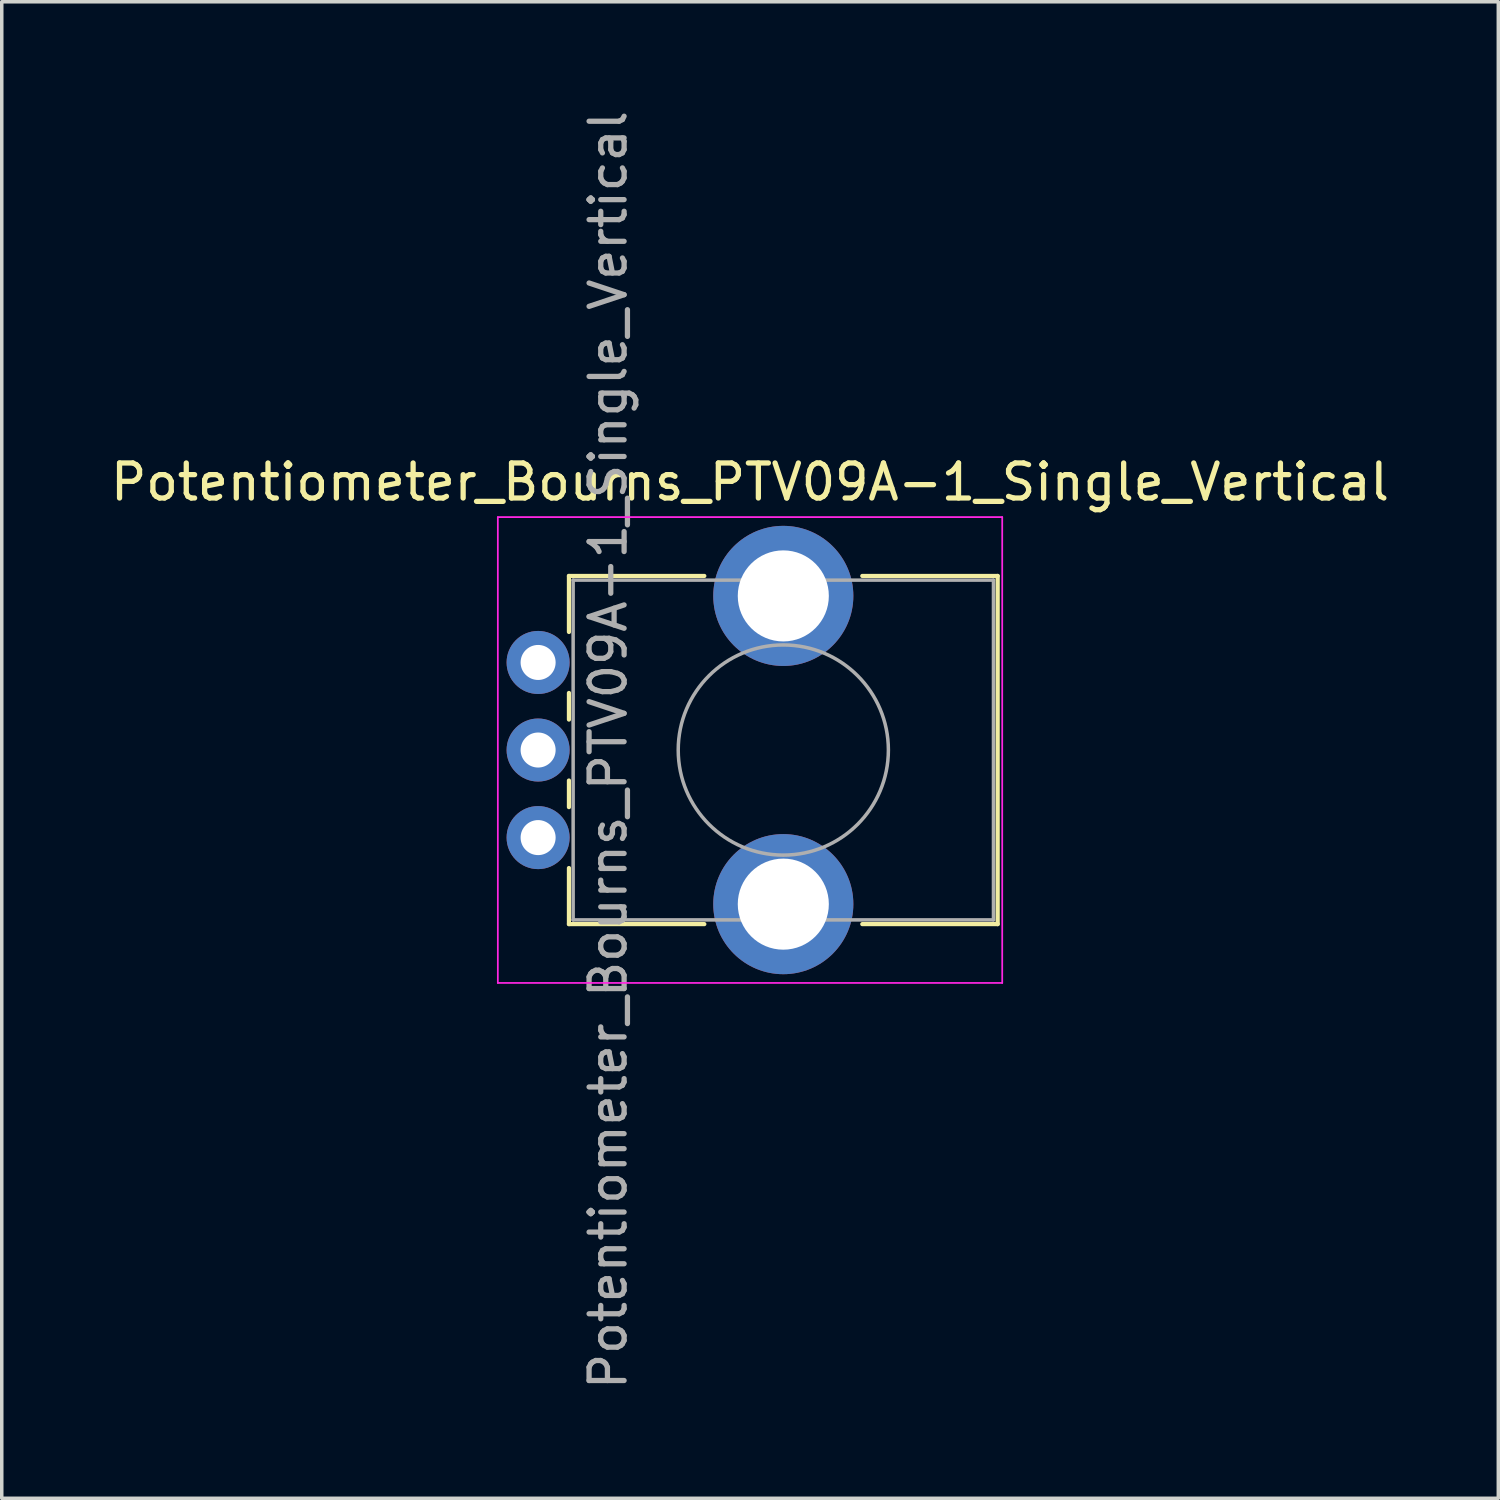
<source format=kicad_pcb>
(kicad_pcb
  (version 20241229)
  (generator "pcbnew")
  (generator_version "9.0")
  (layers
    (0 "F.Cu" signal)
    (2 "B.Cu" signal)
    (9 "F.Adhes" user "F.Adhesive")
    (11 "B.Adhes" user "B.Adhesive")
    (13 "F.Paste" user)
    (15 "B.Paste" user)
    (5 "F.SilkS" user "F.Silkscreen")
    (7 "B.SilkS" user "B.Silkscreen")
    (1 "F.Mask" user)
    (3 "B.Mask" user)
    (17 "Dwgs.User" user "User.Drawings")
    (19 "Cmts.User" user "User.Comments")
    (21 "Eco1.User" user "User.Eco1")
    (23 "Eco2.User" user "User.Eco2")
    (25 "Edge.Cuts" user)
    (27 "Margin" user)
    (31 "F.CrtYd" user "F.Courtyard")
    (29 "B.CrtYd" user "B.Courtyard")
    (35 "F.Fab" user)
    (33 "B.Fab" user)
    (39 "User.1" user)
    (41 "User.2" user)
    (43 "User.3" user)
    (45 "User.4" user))
  (footprint "Potentiometer_Bourns_PTV09A-1_Single_Vertical"
    (layer "F.Cu")
    (at 12.313 20.863)
    (property "Reference" "Potentiometer_Bourns_PTV09A-1_Single_Vertical" (at 6.05 -10.15 180) (layer "F.SilkS") (effects (font (size 1 1) (thickness 0.15))))
    (attr through_hole)
    (fp_line (start 0.88 -7.47) (end 0.88 -5.871) (stroke (width 0.12) (type solid)) (layer "F.SilkS"))
    (fp_line (start 0.88 -7.47) (end 4.745 -7.47) (stroke (width 0.12) (type solid)) (layer "F.SilkS"))
    (fp_line (start 0.88 -4.129) (end 0.88 -3.37) (stroke (width 0.12) (type solid)) (layer "F.SilkS"))
    (fp_line (start 0.88 -1.629) (end 0.88 -0.87) (stroke (width 0.12) (type solid)) (layer "F.SilkS"))
    (fp_line (start 0.88 0.87) (end 0.88 2.47) (stroke (width 0.12) (type solid)) (layer "F.SilkS"))
    (fp_line (start 0.88 2.47) (end 4.745 2.47) (stroke (width 0.12) (type solid)) (layer "F.SilkS"))
    (fp_line (start 9.255 -7.47) (end 13.12 -7.47) (stroke (width 0.12) (type solid)) (layer "F.SilkS"))
    (fp_line (start 9.255 2.47) (end 13.12 2.47) (stroke (width 0.12) (type solid)) (layer "F.SilkS"))
    (fp_line (start 13.12 -7.47) (end 13.12 2.47) (stroke (width 0.12) (type solid)) (layer "F.SilkS"))
    (fp_line (start -1.15 -9.15) (end -1.15 4.15) (stroke (width 0.05) (type solid)) (layer "F.CrtYd"))
    (fp_line (start -1.15 4.15) (end 13.25 4.15) (stroke (width 0.05) (type solid)) (layer "F.CrtYd"))
    (fp_line (start 13.25 -9.15) (end -1.15 -9.15) (stroke (width 0.05) (type solid)) (layer "F.CrtYd"))
    (fp_line (start 13.25 4.15) (end 13.25 -9.15) (stroke (width 0.05) (type solid)) (layer "F.CrtYd"))
    (fp_line (start 1 -7.35) (end 1 2.35) (stroke (width 0.1) (type solid)) (layer "F.Fab"))
    (fp_line (start 1 2.35) (end 13 2.35) (stroke (width 0.1) (type solid)) (layer "F.Fab"))
    (fp_line (start 13 -7.35) (end 1 -7.35) (stroke (width 0.1) (type solid)) (layer "F.Fab"))
    (fp_line (start 13 2.35) (end 13 -7.35) (stroke (width 0.1) (type solid)) (layer "F.Fab"))
    (fp_circle (center 7 -2.5) (end 10 -2.5) (stroke (width 0.1) (type solid)) (fill no) (layer "F.Fab"))
    (fp_text user "${REFERENCE}" (at 2 -2.5 90) (layer "F.Fab") (effects (font (size 1 1) (thickness 0.15))))
    (pad "" np_thru_hole circle (at 7 -6.9) (size 4 4) (drill 2.6) (layers "*.Cu" "*.Mask"))
    (pad "" np_thru_hole circle (at 7 1.9) (size 4 4) (drill 2.6) (layers "*.Cu" "*.Mask"))
    (pad "1" thru_hole circle (at 0 0) (size 1.8 1.8) (drill 1) (layers "*.Cu" "*.Mask"))
    (pad "2" thru_hole circle (at 0 -2.5) (size 1.8 1.8) (drill 1) (layers "*.Cu" "*.Mask"))
    (pad "3" thru_hole circle (at 0 -5) (size 1.8 1.8) (drill 1) (layers "*.Cu" "*.Mask")))
  (gr_rect
    (start -3 -3)
    (end 39.726 39.726)
    (stroke (width 0.1) (type default))
    (fill no)
    (layer "Edge.Cuts")))
</source>
